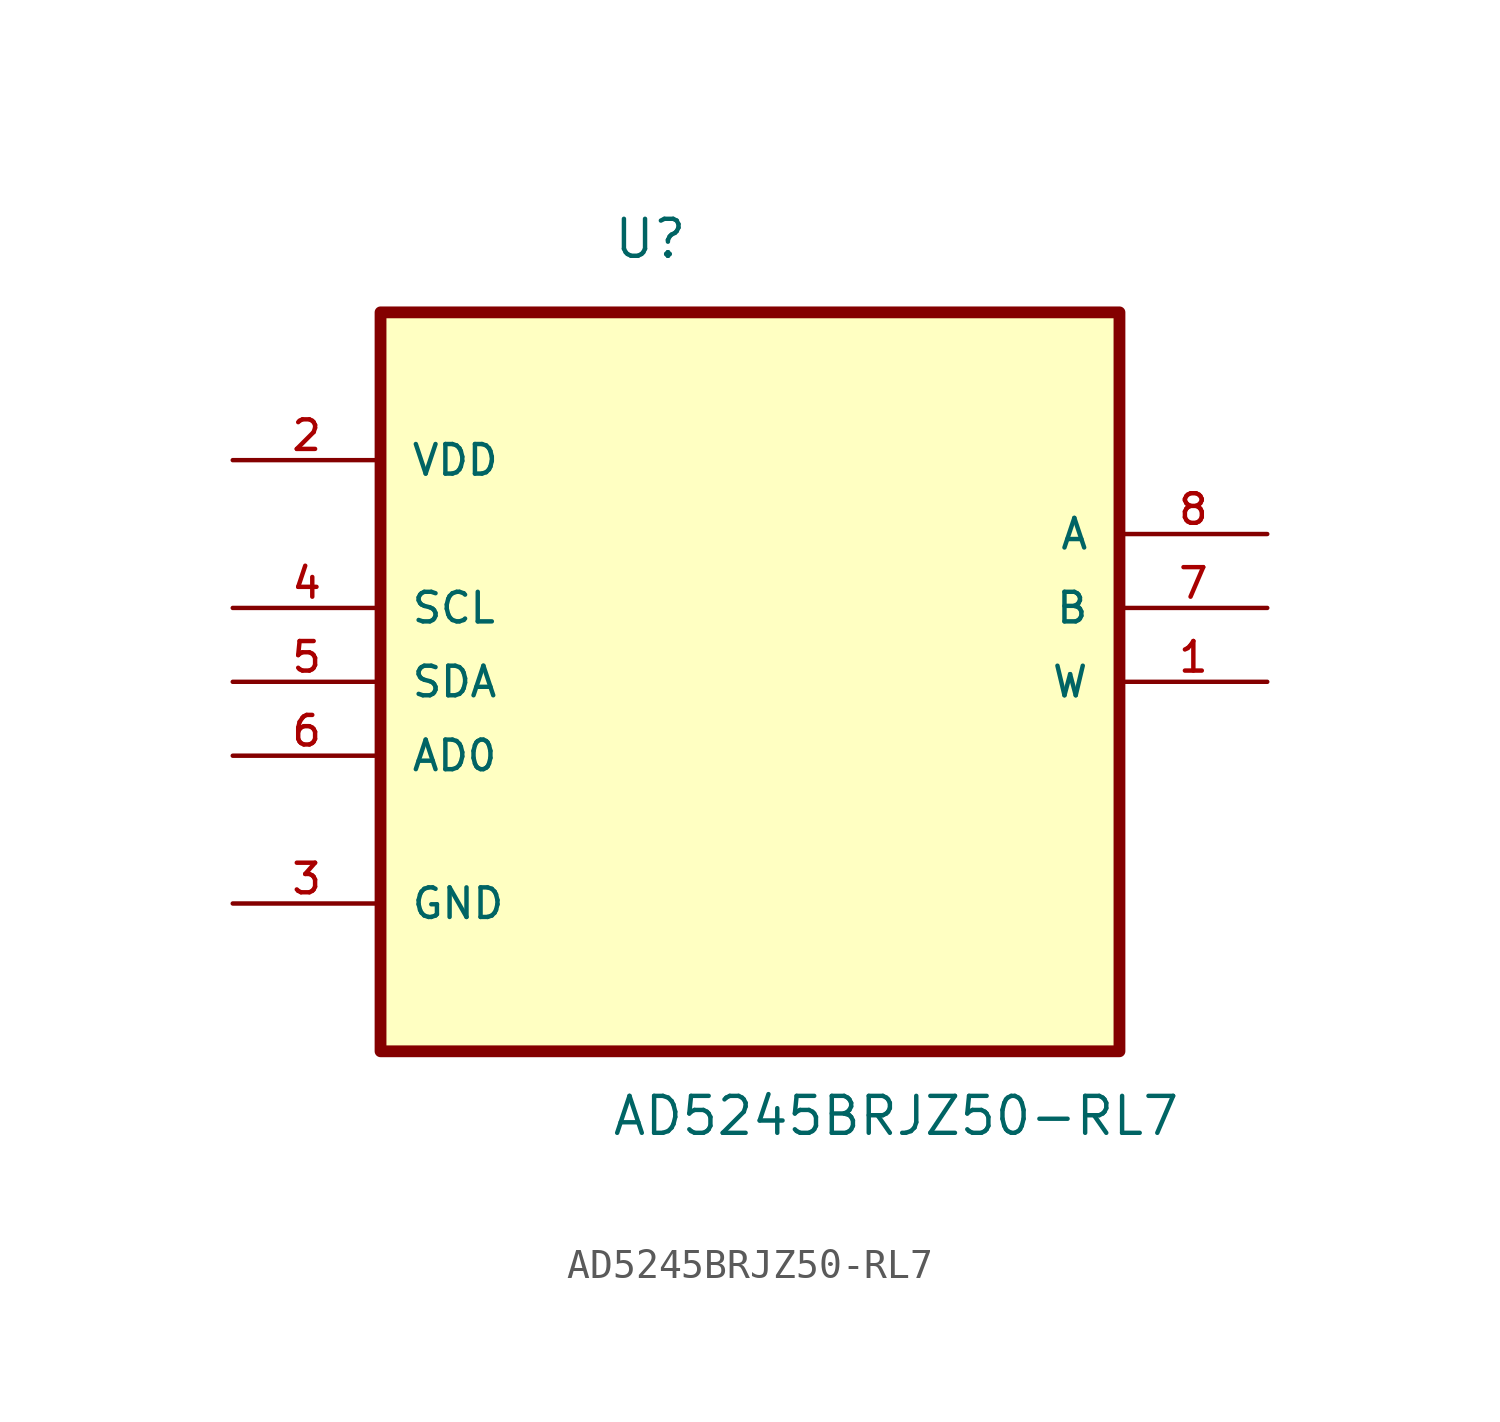
<source format=kicad_sym>
(kicad_symbol_lib
  (version 20220914)
  (generator kicad_symbol_editor)
  (symbol "AD5245BRJZ50-RL7"
    (pin_names
      (offset 1.016))
    (property "Reference" "U"
      (at -4.736 11.942 0)
      (effects (font (size 1.27 1.27)) (justify left bottom)))
    (property "Value" "AD5245BRJZ50-RL7"
      (at -4.787 -18.206 0)
      (effects (font (size 1.27 1.27)) (justify left bottom)))
    (symbol "AD5245BRJZ50-RL7_0_0"
      (rectangle (start -12.7 10.16) (end 12.7 -15.24) (stroke (width 0.406) (type default)) (fill (type background)))
      (pin passive line (at 17.78 -2.54 180) (length 5.08) (name "W" (effects (font (size 1.016 1.016)))) (number "1" (effects (font (size 1.016 1.016)))))
      (pin power_in line (at -17.78 5.08 0) (length 5.08) (name "VDD" (effects (font (size 1.016 1.016)))) (number "2" (effects (font (size 1.016 1.016)))))
      (pin passive line (at -17.78 -10.16 0) (length 5.08) (name "GND" (effects (font (size 1.016 1.016)))) (number "3" (effects (font (size 1.016 1.016)))))
      (pin passive line (at -17.78 0 0) (length 5.08) (name "SCL" (effects (font (size 1.016 1.016)))) (number "4" (effects (font (size 1.016 1.016)))))
      (pin passive line (at -17.78 -2.54 0) (length 5.08) (name "SDA" (effects (font (size 1.016 1.016)))) (number "5" (effects (font (size 1.016 1.016)))))
      (pin passive line (at -17.78 -5.08 0) (length 5.08) (name "AD0" (effects (font (size 1.016 1.016)))) (number "6" (effects (font (size 1.016 1.016)))))
      (pin passive line (at 17.78 0 180) (length 5.08) (name "B" (effects (font (size 1.016 1.016)))) (number "7" (effects (font (size 1.016 1.016)))))
      (pin passive line (at 17.78 2.54 180) (length 5.08) (name "A" (effects (font (size 1.016 1.016)))) (number "8" (effects (font (size 1.016 1.016))))))))
</source>
